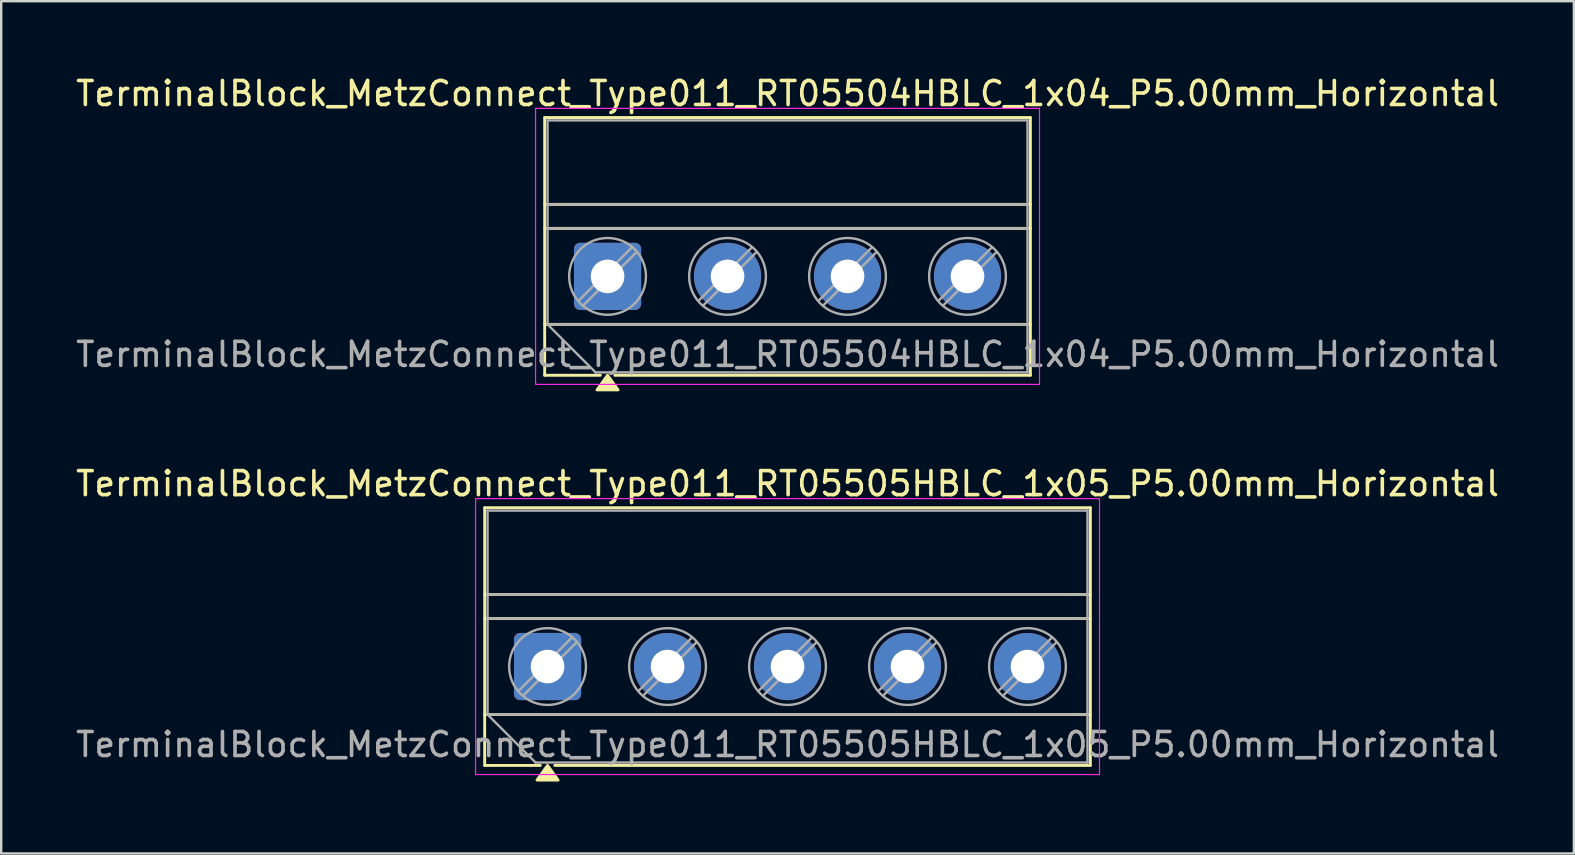
<source format=kicad_pcb>
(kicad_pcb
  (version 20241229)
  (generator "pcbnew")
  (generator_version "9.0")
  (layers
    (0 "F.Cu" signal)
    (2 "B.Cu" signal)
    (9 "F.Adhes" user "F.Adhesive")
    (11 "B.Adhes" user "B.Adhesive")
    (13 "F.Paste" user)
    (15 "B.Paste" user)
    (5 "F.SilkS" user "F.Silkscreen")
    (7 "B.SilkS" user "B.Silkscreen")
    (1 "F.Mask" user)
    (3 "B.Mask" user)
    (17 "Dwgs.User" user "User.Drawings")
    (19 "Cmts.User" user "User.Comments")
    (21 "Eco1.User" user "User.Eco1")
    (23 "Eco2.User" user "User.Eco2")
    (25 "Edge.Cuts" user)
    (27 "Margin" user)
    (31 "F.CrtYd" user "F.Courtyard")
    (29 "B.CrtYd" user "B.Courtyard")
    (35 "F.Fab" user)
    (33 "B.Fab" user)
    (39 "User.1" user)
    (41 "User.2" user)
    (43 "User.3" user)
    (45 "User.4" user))
  (footprint "TerminalBlock_MetzConnect_Type011_RT05504HBLC_1x04_P5.00mm_Horizontal"
    (layer "F.Cu")
    (at 22.268 8.468)
    (property "Reference" "TerminalBlock_MetzConnect_Type011_RT05504HBLC_1x04_P5.00mm_Horizontal" (at 7.5 -7.62 0) (layer "F.SilkS") (effects (font (size 1 1) (thickness 0.15))))
    (attr through_hole)
    (fp_line (start -2.62 -6.62) (end 17.62 -6.62) (stroke (width 0.12) (type solid)) (layer "F.SilkS"))
    (fp_line (start -2.62 -3) (end 17.62 -3) (stroke (width 0.12) (type solid)) (layer "F.SilkS"))
    (fp_line (start -2.62 -2) (end 17.62 -2) (stroke (width 0.12) (type solid)) (layer "F.SilkS"))
    (fp_line (start -2.62 2) (end 17.62 2) (stroke (width 0.12) (type solid)) (layer "F.SilkS"))
    (fp_line (start -2.62 4.12) (end -2.62 -6.62) (stroke (width 0.12) (type solid)) (layer "F.SilkS"))
    (fp_line (start -0.3 4.12) (end -2.62 4.12) (stroke (width 0.12) (type solid)) (layer "F.SilkS"))
    (fp_line (start 17.62 -6.62) (end 17.62 4.12) (stroke (width 0.12) (type solid)) (layer "F.SilkS"))
    (fp_line (start 17.62 4.12) (end 0.3 4.12) (stroke (width 0.12) (type solid)) (layer "F.SilkS"))
    (fp_poly (pts (xy 0 4.12) (xy 0.44 4.73) (xy -0.44 4.73)) (stroke (width 0.12) (type solid)) (fill yes) (layer "F.SilkS"))
    (fp_line (start -3 -7) (end -3 4.5) (stroke (width 0.05) (type solid)) (layer "F.CrtYd"))
    (fp_line (start -3 4.5) (end 18 4.5) (stroke (width 0.05) (type solid)) (layer "F.CrtYd"))
    (fp_line (start 18 -7) (end -3 -7) (stroke (width 0.05) (type solid)) (layer "F.CrtYd"))
    (fp_line (start 18 4.5) (end 18 -7) (stroke (width 0.05) (type solid)) (layer "F.CrtYd"))
    (fp_line (start -2.5 -6.5) (end 17.5 -6.5) (stroke (width 0.1) (type solid)) (layer "F.Fab"))
    (fp_line (start -2.5 -3) (end 17.5 -3) (stroke (width 0.1) (type solid)) (layer "F.Fab"))
    (fp_line (start -2.5 -2) (end 17.5 -2) (stroke (width 0.1) (type solid)) (layer "F.Fab"))
    (fp_line (start -2.5 2) (end -2.5 -6.5) (stroke (width 0.1) (type solid)) (layer "F.Fab"))
    (fp_line (start -2.5 2) (end 17.5 2) (stroke (width 0.1) (type solid)) (layer "F.Fab"))
    (fp_line (start -0.5 4) (end -2.5 2) (stroke (width 0.1) (type solid)) (layer "F.Fab"))
    (fp_line (start 1.018 -1.213) (end -1.213 1.018) (stroke (width 0.1) (type solid)) (layer "F.Fab"))
    (fp_line (start 1.213 -1.018) (end -1.018 1.213) (stroke (width 0.1) (type solid)) (layer "F.Fab"))
    (fp_line (start 6.018 -1.213) (end 3.787 1.018) (stroke (width 0.1) (type solid)) (layer "F.Fab"))
    (fp_line (start 6.213 -1.018) (end 3.982 1.213) (stroke (width 0.1) (type solid)) (layer "F.Fab"))
    (fp_line (start 11.018 -1.213) (end 8.787 1.018) (stroke (width 0.1) (type solid)) (layer "F.Fab"))
    (fp_line (start 11.213 -1.018) (end 8.982 1.213) (stroke (width 0.1) (type solid)) (layer "F.Fab"))
    (fp_line (start 16.018 -1.213) (end 13.787 1.018) (stroke (width 0.1) (type solid)) (layer "F.Fab"))
    (fp_line (start 16.213 -1.018) (end 13.982 1.213) (stroke (width 0.1) (type solid)) (layer "F.Fab"))
    (fp_line (start 17.5 -6.5) (end 17.5 4) (stroke (width 0.1) (type solid)) (layer "F.Fab"))
    (fp_line (start 17.5 4) (end -0.5 4) (stroke (width 0.1) (type solid)) (layer "F.Fab"))
    (fp_circle (center 0 0) (end 1.6 0) (stroke (width 0.1) (type solid)) (fill no) (layer "F.Fab"))
    (fp_circle (center 5 0) (end 6.6 0) (stroke (width 0.1) (type solid)) (fill no) (layer "F.Fab"))
    (fp_circle (center 10 0) (end 11.6 0) (stroke (width 0.1) (type solid)) (fill no) (layer "F.Fab"))
    (fp_circle (center 15 0) (end 16.6 0) (stroke (width 0.1) (type solid)) (fill no) (layer "F.Fab"))
    (fp_text user "${REFERENCE}" (at 7.5 3.25 0) (layer "F.Fab") (effects (font (size 1 1) (thickness 0.15))))
    (pad "1" thru_hole roundrect (at 0 0) (size 2.8 2.8) (drill 1.4) (layers "*.Cu" "*.Mask") (roundrect_rratio 0.089))
    (pad "2" thru_hole circle (at 5 0) (size 2.8 2.8) (drill 1.4) (layers "*.Cu" "*.Mask"))
    (pad "3" thru_hole circle (at 10 0) (size 2.8 2.8) (drill 1.4) (layers "*.Cu" "*.Mask"))
    (pad "4" thru_hole circle (at 15 0) (size 2.8 2.8) (drill 1.4) (layers "*.Cu" "*.Mask")))
  (footprint "TerminalBlock_MetzConnect_Type011_RT05505HBLC_1x05_P5.00mm_Horizontal"
    (layer "F.Cu")
    (at 19.768 24.727)
    (property "Reference" "TerminalBlock_MetzConnect_Type011_RT05505HBLC_1x05_P5.00mm_Horizontal" (at 10 -7.62 0) (layer "F.SilkS") (effects (font (size 1 1) (thickness 0.15))))
    (attr through_hole)
    (fp_line (start -2.62 -6.62) (end 22.62 -6.62) (stroke (width 0.12) (type solid)) (layer "F.SilkS"))
    (fp_line (start -2.62 -3) (end 22.62 -3) (stroke (width 0.12) (type solid)) (layer "F.SilkS"))
    (fp_line (start -2.62 -2) (end 22.62 -2) (stroke (width 0.12) (type solid)) (layer "F.SilkS"))
    (fp_line (start -2.62 2) (end 22.62 2) (stroke (width 0.12) (type solid)) (layer "F.SilkS"))
    (fp_line (start -2.62 4.12) (end -2.62 -6.62) (stroke (width 0.12) (type solid)) (layer "F.SilkS"))
    (fp_line (start -0.3 4.12) (end -2.62 4.12) (stroke (width 0.12) (type solid)) (layer "F.SilkS"))
    (fp_line (start 22.62 -6.62) (end 22.62 4.12) (stroke (width 0.12) (type solid)) (layer "F.SilkS"))
    (fp_line (start 22.62 4.12) (end 0.3 4.12) (stroke (width 0.12) (type solid)) (layer "F.SilkS"))
    (fp_poly (pts (xy 0 4.12) (xy 0.44 4.73) (xy -0.44 4.73)) (stroke (width 0.12) (type solid)) (fill yes) (layer "F.SilkS"))
    (fp_line (start -3 -7) (end -3 4.5) (stroke (width 0.05) (type solid)) (layer "F.CrtYd"))
    (fp_line (start -3 4.5) (end 23 4.5) (stroke (width 0.05) (type solid)) (layer "F.CrtYd"))
    (fp_line (start 23 -7) (end -3 -7) (stroke (width 0.05) (type solid)) (layer "F.CrtYd"))
    (fp_line (start 23 4.5) (end 23 -7) (stroke (width 0.05) (type solid)) (layer "F.CrtYd"))
    (fp_line (start -2.5 -6.5) (end 22.5 -6.5) (stroke (width 0.1) (type solid)) (layer "F.Fab"))
    (fp_line (start -2.5 -3) (end 22.5 -3) (stroke (width 0.1) (type solid)) (layer "F.Fab"))
    (fp_line (start -2.5 -2) (end 22.5 -2) (stroke (width 0.1) (type solid)) (layer "F.Fab"))
    (fp_line (start -2.5 2) (end -2.5 -6.5) (stroke (width 0.1) (type solid)) (layer "F.Fab"))
    (fp_line (start -2.5 2) (end 22.5 2) (stroke (width 0.1) (type solid)) (layer "F.Fab"))
    (fp_line (start -0.5 4) (end -2.5 2) (stroke (width 0.1) (type solid)) (layer "F.Fab"))
    (fp_line (start 1.018 -1.213) (end -1.213 1.018) (stroke (width 0.1) (type solid)) (layer "F.Fab"))
    (fp_line (start 1.213 -1.018) (end -1.018 1.213) (stroke (width 0.1) (type solid)) (layer "F.Fab"))
    (fp_line (start 6.018 -1.213) (end 3.787 1.018) (stroke (width 0.1) (type solid)) (layer "F.Fab"))
    (fp_line (start 6.213 -1.018) (end 3.982 1.213) (stroke (width 0.1) (type solid)) (layer "F.Fab"))
    (fp_line (start 11.018 -1.213) (end 8.787 1.018) (stroke (width 0.1) (type solid)) (layer "F.Fab"))
    (fp_line (start 11.213 -1.018) (end 8.982 1.213) (stroke (width 0.1) (type solid)) (layer "F.Fab"))
    (fp_line (start 16.018 -1.213) (end 13.787 1.018) (stroke (width 0.1) (type solid)) (layer "F.Fab"))
    (fp_line (start 16.213 -1.018) (end 13.982 1.213) (stroke (width 0.1) (type solid)) (layer "F.Fab"))
    (fp_line (start 21.018 -1.213) (end 18.787 1.018) (stroke (width 0.1) (type solid)) (layer "F.Fab"))
    (fp_line (start 21.213 -1.018) (end 18.982 1.213) (stroke (width 0.1) (type solid)) (layer "F.Fab"))
    (fp_line (start 22.5 -6.5) (end 22.5 4) (stroke (width 0.1) (type solid)) (layer "F.Fab"))
    (fp_line (start 22.5 4) (end -0.5 4) (stroke (width 0.1) (type solid)) (layer "F.Fab"))
    (fp_circle (center 0 0) (end 1.6 0) (stroke (width 0.1) (type solid)) (fill no) (layer "F.Fab"))
    (fp_circle (center 5 0) (end 6.6 0) (stroke (width 0.1) (type solid)) (fill no) (layer "F.Fab"))
    (fp_circle (center 10 0) (end 11.6 0) (stroke (width 0.1) (type solid)) (fill no) (layer "F.Fab"))
    (fp_circle (center 15 0) (end 16.6 0) (stroke (width 0.1) (type solid)) (fill no) (layer "F.Fab"))
    (fp_circle (center 20 0) (end 21.6 0) (stroke (width 0.1) (type solid)) (fill no) (layer "F.Fab"))
    (fp_text user "${REFERENCE}" (at 10 3.25 0) (layer "F.Fab") (effects (font (size 1 1) (thickness 0.15))))
    (pad "1" thru_hole roundrect (at 0 0) (size 2.8 2.8) (drill 1.4) (layers "*.Cu" "*.Mask") (roundrect_rratio 0.089))
    (pad "2" thru_hole circle (at 5 0) (size 2.8 2.8) (drill 1.4) (layers "*.Cu" "*.Mask"))
    (pad "3" thru_hole circle (at 10 0) (size 2.8 2.8) (drill 1.4) (layers "*.Cu" "*.Mask"))
    (pad "4" thru_hole circle (at 15 0) (size 2.8 2.8) (drill 1.4) (layers "*.Cu" "*.Mask"))
    (pad "5" thru_hole circle (at 20 0) (size 2.8 2.8) (drill 1.4) (layers "*.Cu" "*.Mask")))
  (gr_rect
    (start -3 -3)
    (end 62.536 32.517)
    (stroke (width 0.1) (type default))
    (fill no)
    (layer "Edge.Cuts")))
</source>
